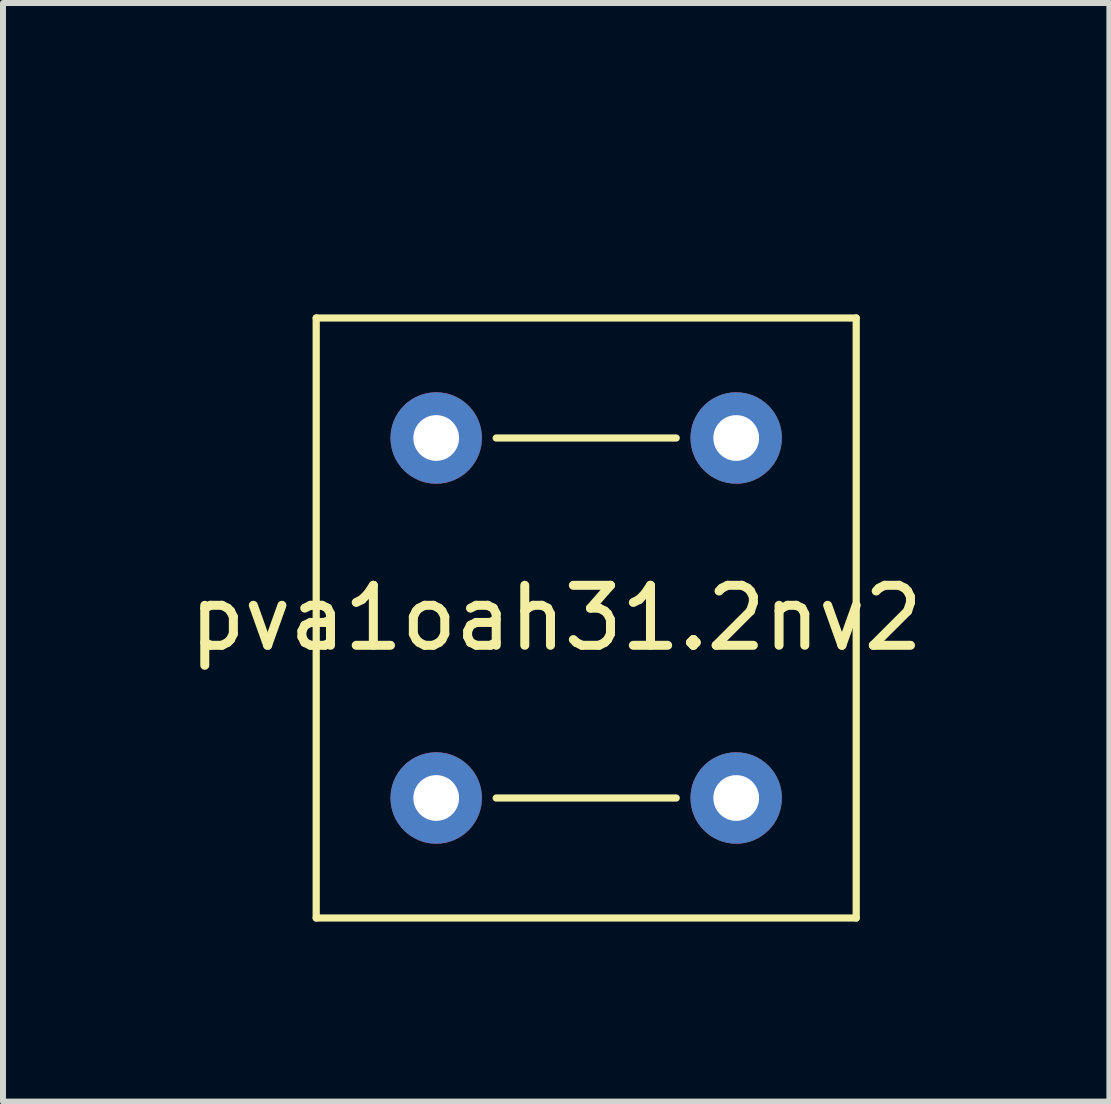
<source format=kicad_pcb>
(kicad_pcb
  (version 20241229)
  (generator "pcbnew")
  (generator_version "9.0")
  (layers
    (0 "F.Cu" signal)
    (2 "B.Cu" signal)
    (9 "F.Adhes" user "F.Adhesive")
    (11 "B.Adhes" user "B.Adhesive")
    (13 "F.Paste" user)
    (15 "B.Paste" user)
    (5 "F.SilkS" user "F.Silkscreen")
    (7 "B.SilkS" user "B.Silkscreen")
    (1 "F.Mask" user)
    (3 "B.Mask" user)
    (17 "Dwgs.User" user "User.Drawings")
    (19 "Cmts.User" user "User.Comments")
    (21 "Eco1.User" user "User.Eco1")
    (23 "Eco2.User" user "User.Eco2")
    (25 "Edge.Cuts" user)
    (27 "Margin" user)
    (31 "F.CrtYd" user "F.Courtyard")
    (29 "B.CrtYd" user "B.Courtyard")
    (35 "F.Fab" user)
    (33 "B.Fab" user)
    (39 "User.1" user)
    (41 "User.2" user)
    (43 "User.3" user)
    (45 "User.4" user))
  (footprint "pva1oah31.2nv2"
    (layer "F.Cu")
    (at 6.22 0.25)
    (property "Reference" "pva1oah31.2nv2" (at 0 7 0) (layer "F.SilkS") (effects (font (size 1 1) (thickness 0.15))))
    (attr through_hole)
    (fp_line (start -4 2) (end 5 2) (stroke (width 0.12) (type solid)) (layer "F.SilkS"))
    (fp_line (start -4 12) (end -4 2) (stroke (width 0.12) (type solid)) (layer "F.SilkS"))
    (fp_line (start -1 4) (end 2 4) (stroke (width 0.12) (type solid)) (layer "F.SilkS"))
    (fp_line (start -1 10) (end 2 10) (stroke (width 0.12) (type solid)) (layer "F.SilkS"))
    (fp_line (start 5 2) (end 5 12) (stroke (width 0.12) (type solid)) (layer "F.SilkS"))
    (fp_line (start 5 12) (end -4 12) (stroke (width 0.12) (type solid)) (layer "F.SilkS"))
    (pad "1" thru_hole circle (at -2 4 90) (size 1.524 1.524) (drill 0.762) (layers "*.Cu" "*.Mask"))
    (pad "2" thru_hole circle (at 3 4 90) (size 1.524 1.524) (drill 0.762) (layers "*.Cu" "*.Mask"))
    (pad "3" thru_hole circle (at -2 10 90) (size 1.524 1.524) (drill 0.762) (layers "*.Cu" "*.Mask"))
    (pad "4" thru_hole circle (at 3 10 90) (size 1.524 1.524) (drill 0.762) (layers "*.Cu" "*.Mask")))
  (gr_rect
    (start -3 -3)
    (end 15.44 15.31)
    (stroke (width 0.1) (type default))
    (fill no)
    (layer "Edge.Cuts")))
</source>
